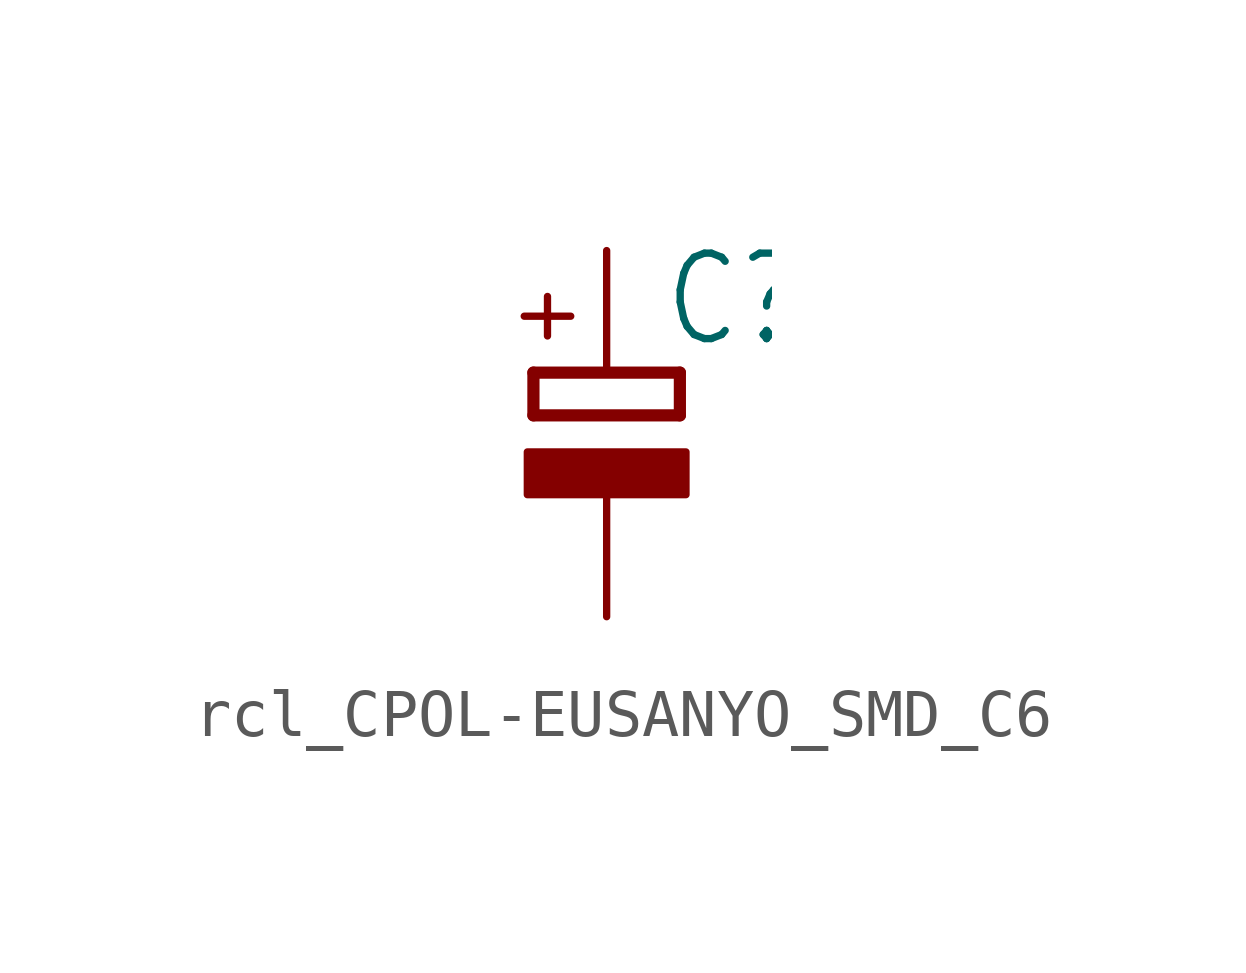
<source format=kicad_sym>
(kicad_symbol_lib
  (version 20231120)
  (generator "kicad_symbol_editor")
  (generator_version "8.0")
  (symbol "rcl_CPOL-EUSANYO_SMD_C6"
    (property "Reference" "C"
      (at 1.143 0.483 0)
      (effects (font (size 1.778 1.511)) (justify left bottom)))
    (property "Value" ""
      (at 1.143 -4.597 0)
      (effects (font (size 1.778 1.511)) (justify left bottom)))
    (property "ki_locked" ""
      (at 0 0 0)
      (effects (font (size 1.27 1.27))))
    (symbol "rcl_CPOL-EUSANYO_SMD_C6_1_0"
      (rectangle (start -1.651 -2.54) (end 1.651 -1.651) (stroke (width 0) (type default)) (fill (type outline)))
      (polyline (pts (xy -1.524 -0.889) (xy 1.524 -0.889)) (stroke (width 0.254) (type solid)) (fill (type none)))
      (polyline (pts (xy -1.524 0) (xy -1.524 -0.889)) (stroke (width 0.254) (type solid)) (fill (type none)))
      (polyline (pts (xy -1.524 0) (xy 1.524 0)) (stroke (width 0.254) (type solid)) (fill (type none)))
      (polyline (pts (xy 1.524 -0.889) (xy 1.524 0)) (stroke (width 0.254) (type solid)) (fill (type none)))
      (text "+" (at -0.584 0.406 900) (effects (font (size 1.27 1.079)) (justify left bottom)))
      (pin passive line (at 0 2.54 270) (length 2.54) (name "+" (effects (font (size 0 0)))) (number "+" (effects (font (size 0 0)))))
      (pin passive line (at 0 -5.08 90) (length 2.54) (name "-" (effects (font (size 0 0)))) (number "-" (effects (font (size 0 0))))))))
</source>
